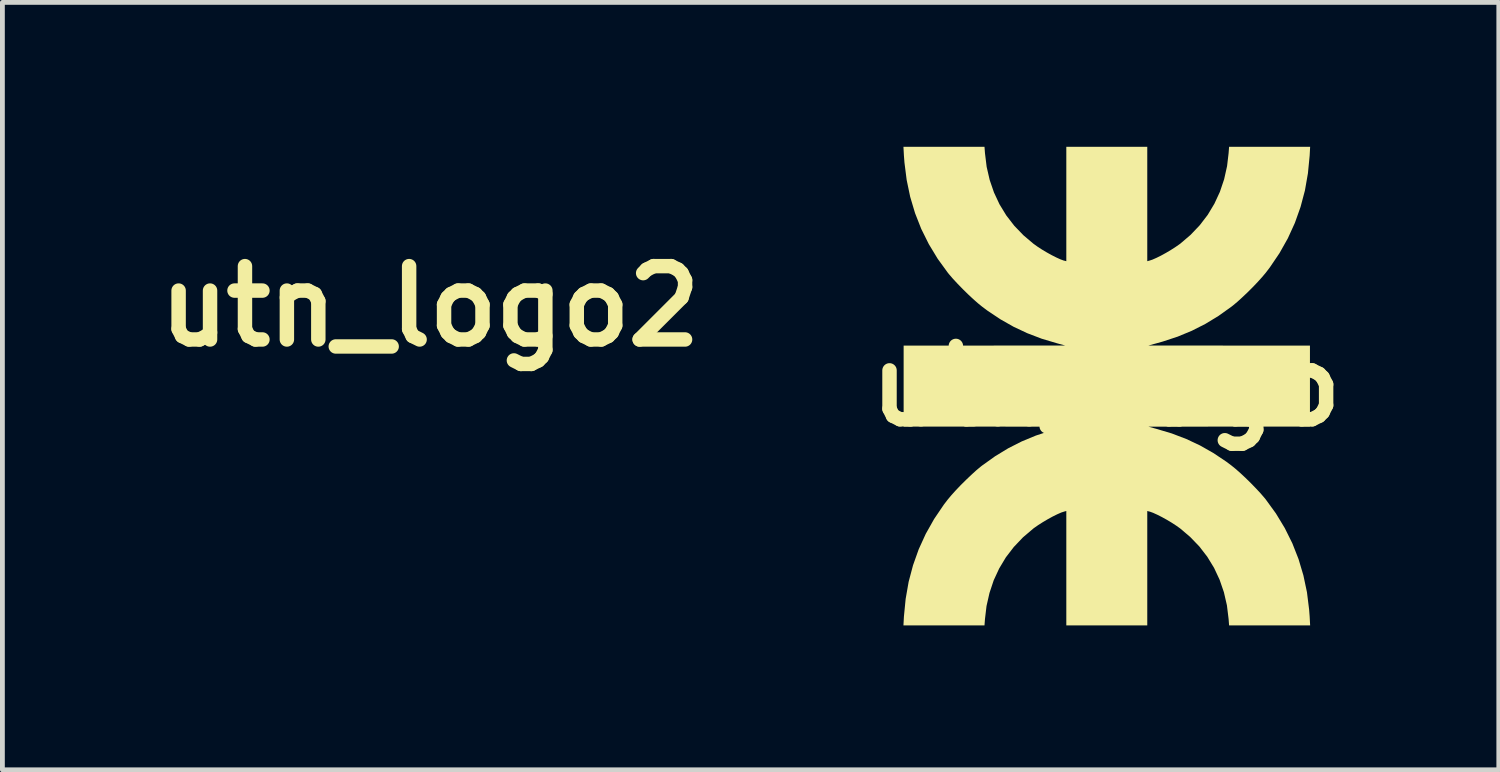
<source format=kicad_pcb>
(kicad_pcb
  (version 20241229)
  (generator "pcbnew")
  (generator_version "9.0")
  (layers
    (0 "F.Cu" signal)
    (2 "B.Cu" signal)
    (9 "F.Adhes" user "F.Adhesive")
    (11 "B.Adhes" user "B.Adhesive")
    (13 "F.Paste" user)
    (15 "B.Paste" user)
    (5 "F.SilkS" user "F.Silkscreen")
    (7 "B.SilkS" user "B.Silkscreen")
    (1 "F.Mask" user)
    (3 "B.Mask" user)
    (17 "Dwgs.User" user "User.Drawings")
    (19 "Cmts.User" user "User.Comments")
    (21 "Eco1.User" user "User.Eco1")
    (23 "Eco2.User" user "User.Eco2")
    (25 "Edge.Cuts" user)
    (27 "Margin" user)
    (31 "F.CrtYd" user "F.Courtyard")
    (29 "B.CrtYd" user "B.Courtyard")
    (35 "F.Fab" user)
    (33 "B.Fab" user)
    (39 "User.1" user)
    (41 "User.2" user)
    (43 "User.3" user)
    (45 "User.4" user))
  (footprint "utn_logo2"
    (layer "F.Cu")
    (at 5.886 3.314)
    (property "Reference" "utn_logo2" (at 0 0 0) (layer "F.SilkS") (effects (font (size 1.524 1.524) (thickness 0.3))))
    (attr board_only exclude_from_pos_files exclude_from_bom)
    (fp_poly (pts (xy -1.677 -3.226) (xy -1.654 -3.036) (xy -1.612 -2.854) (xy -1.553 -2.681) (xy -1.476 -2.518) (xy -1.382 -2.364) (xy -1.271 -2.22) (xy -1.144 -2.088) (xy -1.009 -1.974) (xy -0.953 -1.934) (xy -0.89 -1.892) (xy -0.822 -1.852) (xy -0.753 -1.814) (xy -0.688 -1.781) (xy -0.631 -1.755) (xy -0.585 -1.739) (xy -0.578 -1.737) (xy -0.551 -1.73) (xy -0.551 -3.314) (xy 0.571 -3.314) (xy 0.571 -1.73) (xy 0.598 -1.737) (xy 0.641 -1.751) (xy 0.697 -1.775) (xy 0.761 -1.807) (xy 0.829 -1.844) (xy 0.897 -1.885) (xy 0.962 -1.926) (xy 1.019 -1.966) (xy 1.029 -1.974) (xy 1.171 -2.095) (xy 1.298 -2.228) (xy 1.408 -2.372) (xy 1.5 -2.526) (xy 1.576 -2.69) (xy 1.635 -2.864) (xy 1.675 -3.046) (xy 1.697 -3.226) (xy 1.704 -3.314) (xy 2.826 -3.314) (xy 2.819 -3.191) (xy 2.796 -2.947) (xy 2.754 -2.71) (xy 2.694 -2.481) (xy 2.615 -2.26) (xy 2.517 -2.047) (xy 2.402 -1.841) (xy 2.267 -1.643) (xy 2.211 -1.569) (xy 2.162 -1.51) (xy 2.101 -1.443) (xy 2.033 -1.372) (xy 1.961 -1.3) (xy 1.888 -1.231) (xy 1.82 -1.169) (xy 1.758 -1.117) (xy 1.737 -1.1) (xy 1.557 -0.972) (xy 1.375 -0.861) (xy 1.188 -0.766) (xy 0.992 -0.685) (xy 0.784 -0.616) (xy 0.696 -0.592) (xy 0.586 -0.562) (xy 1.705 -0.561) (xy 2.823 -0.561) (xy 2.823 0.561) (xy 1.705 0.561) (xy 0.586 0.562) (xy 0.696 0.592) (xy 0.91 0.656) (xy 1.111 0.732) (xy 1.301 0.822) (xy 1.485 0.926) (xy 1.665 1.047) (xy 1.737 1.1) (xy 1.794 1.147) (xy 1.861 1.205) (xy 1.932 1.272) (xy 2.005 1.344) (xy 2.075 1.416) (xy 2.139 1.485) (xy 2.193 1.547) (xy 2.211 1.569) (xy 2.352 1.764) (xy 2.475 1.967) (xy 2.579 2.177) (xy 2.665 2.395) (xy 2.733 2.621) (xy 2.782 2.855) (xy 2.812 3.096) (xy 2.819 3.191) (xy 2.826 3.314) (xy 1.704 3.314) (xy 1.697 3.226) (xy 1.674 3.036) (xy 1.632 2.854) (xy 1.573 2.681) (xy 1.496 2.518) (xy 1.402 2.364) (xy 1.291 2.22) (xy 1.164 2.088) (xy 1.029 1.974) (xy 0.973 1.934) (xy 0.91 1.892) (xy 0.842 1.852) (xy 0.773 1.814) (xy 0.708 1.781) (xy 0.651 1.755) (xy 0.605 1.739) (xy 0.598 1.737) (xy 0.571 1.73) (xy 0.571 3.314) (xy -0.551 3.314) (xy -0.551 1.73) (xy -0.578 1.737) (xy -0.621 1.751) (xy -0.677 1.775) (xy -0.741 1.807) (xy -0.809 1.844) (xy -0.877 1.885) (xy -0.942 1.926) (xy -0.999 1.966) (xy -1.009 1.974) (xy -1.151 2.095) (xy -1.278 2.228) (xy -1.387 2.372) (xy -1.48 2.526) (xy -1.556 2.69) (xy -1.615 2.864) (xy -1.655 3.046) (xy -1.677 3.226) (xy -1.684 3.314) (xy -2.806 3.314) (xy -2.799 3.191) (xy -2.776 2.947) (xy -2.734 2.71) (xy -2.673 2.481) (xy -2.595 2.26) (xy -2.497 2.047) (xy -2.382 1.841) (xy -2.247 1.643) (xy -2.191 1.569) (xy -2.142 1.51) (xy -2.081 1.443) (xy -2.013 1.372) (xy -1.941 1.3) (xy -1.868 1.231) (xy -1.8 1.169) (xy -1.738 1.117) (xy -1.717 1.1) (xy -1.537 0.972) (xy -1.355 0.861) (xy -1.168 0.766) (xy -0.972 0.685) (xy -0.764 0.616) (xy -0.676 0.592) (xy -0.566 0.562) (xy -1.684 0.561) (xy -2.803 0.561) (xy -2.803 -0.561) (xy -1.684 -0.561) (xy -0.566 -0.562) (xy -0.676 -0.592) (xy -0.89 -0.656) (xy -1.091 -0.732) (xy -1.281 -0.822) (xy -1.465 -0.926) (xy -1.645 -1.047) (xy -1.717 -1.1) (xy -1.774 -1.147) (xy -1.841 -1.205) (xy -1.912 -1.272) (xy -1.985 -1.344) (xy -2.055 -1.416) (xy -2.119 -1.485) (xy -2.173 -1.547) (xy -2.191 -1.569) (xy -2.332 -1.764) (xy -2.455 -1.967) (xy -2.559 -2.177) (xy -2.645 -2.395) (xy -2.713 -2.621) (xy -2.762 -2.855) (xy -2.792 -3.096) (xy -2.799 -3.191) (xy -2.806 -3.314) (xy -1.684 -3.314)) (stroke (width 0) (type solid)) (fill yes) (layer "F.Mask")))
  (footprint "utn_logo"
    (layer "F.Cu")
    (at 19.931 4.972)
    (property "Reference" "utn_logo" (at 0 0 0) (layer "F.SilkS") (effects (font (size 1.524 1.524) (thickness 0.3))))
    (attr board_only exclude_from_pos_files exclude_from_bom)
    (fp_poly (pts (xy -2.516 -4.84) (xy -2.481 -4.555) (xy -2.418 -4.282) (xy -2.329 -4.023) (xy -2.214 -3.777) (xy -2.073 -3.546) (xy -1.907 -3.331) (xy -1.716 -3.133) (xy -1.513 -2.961) (xy -1.43 -2.901) (xy -1.335 -2.839) (xy -1.233 -2.778) (xy -1.13 -2.721) (xy -1.033 -2.672) (xy -0.947 -2.633) (xy -0.878 -2.608) (xy -0.867 -2.606) (xy -0.826 -2.595) (xy -0.826 -4.972) (xy 0.856 -4.972) (xy 0.856 -2.595) (xy 0.897 -2.606) (xy 0.962 -2.627) (xy 1.046 -2.664) (xy 1.141 -2.711) (xy 1.243 -2.767) (xy 1.346 -2.828) (xy 1.443 -2.89) (xy 1.529 -2.95) (xy 1.544 -2.961) (xy 1.757 -3.143) (xy 1.947 -3.343) (xy 2.112 -3.558) (xy 2.251 -3.79) (xy 2.365 -4.036) (xy 2.453 -4.297) (xy 2.514 -4.57) (xy 2.546 -4.84) (xy 2.556 -4.972) (xy 4.24 -4.972) (xy 4.23 -4.788) (xy 4.194 -4.421) (xy 4.132 -4.066) (xy 4.041 -3.723) (xy 3.923 -3.391) (xy 3.777 -3.071) (xy 3.603 -2.762) (xy 3.402 -2.465) (xy 3.317 -2.354) (xy 3.243 -2.266) (xy 3.152 -2.165) (xy 3.05 -2.058) (xy 2.942 -1.95) (xy 2.833 -1.847) (xy 2.73 -1.753) (xy 2.638 -1.676) (xy 2.606 -1.651) (xy 2.336 -1.458) (xy 2.063 -1.292) (xy 1.783 -1.15) (xy 1.489 -1.028) (xy 1.176 -0.925) (xy 1.044 -0.888) (xy 0.879 -0.843) (xy 2.557 -0.842) (xy 4.236 -0.841) (xy 4.236 0.841) (xy 2.557 0.842) (xy 0.879 0.843) (xy 1.044 0.888) (xy 1.366 0.984) (xy 1.667 1.099) (xy 1.952 1.233) (xy 2.227 1.389) (xy 2.498 1.57) (xy 2.606 1.651) (xy 2.692 1.721) (xy 2.792 1.809) (xy 2.899 1.909) (xy 3.008 2.016) (xy 3.113 2.124) (xy 3.209 2.227) (xy 3.29 2.321) (xy 3.317 2.354) (xy 3.529 2.646) (xy 3.713 2.95) (xy 3.87 3.266) (xy 3.999 3.594) (xy 4.1 3.933) (xy 4.174 4.283) (xy 4.219 4.645) (xy 4.23 4.788) (xy 4.24 4.972) (xy 2.556 4.972) (xy 2.546 4.84) (xy 2.511 4.555) (xy 2.448 4.282) (xy 2.359 4.023) (xy 2.244 3.777) (xy 2.103 3.546) (xy 1.937 3.331) (xy 1.746 3.133) (xy 1.544 2.961) (xy 1.46 2.901) (xy 1.365 2.839) (xy 1.263 2.778) (xy 1.16 2.721) (xy 1.063 2.672) (xy 0.977 2.633) (xy 0.908 2.608) (xy 0.897 2.606) (xy 0.856 2.595) (xy 0.856 4.972) (xy -0.826 4.972) (xy -0.826 2.595) (xy -0.867 2.606) (xy -0.932 2.627) (xy -1.016 2.664) (xy -1.111 2.711) (xy -1.213 2.767) (xy -1.316 2.828) (xy -1.413 2.89) (xy -1.499 2.95) (xy -1.513 2.961) (xy -1.727 3.143) (xy -1.917 3.343) (xy -2.082 3.558) (xy -2.221 3.79) (xy -2.335 4.036) (xy -2.422 4.297) (xy -2.484 4.57) (xy -2.516 4.84) (xy -2.526 4.972) (xy -4.21 4.972) (xy -4.2 4.788) (xy -4.164 4.421) (xy -4.102 4.066) (xy -4.011 3.723) (xy -3.893 3.391) (xy -3.747 3.071) (xy -3.573 2.762) (xy -3.372 2.465) (xy -3.287 2.354) (xy -3.213 2.266) (xy -3.122 2.165) (xy -3.02 2.058) (xy -2.911 1.95) (xy -2.803 1.847) (xy -2.7 1.753) (xy -2.608 1.676) (xy -2.576 1.651) (xy -2.306 1.458) (xy -2.033 1.292) (xy -1.753 1.15) (xy -1.459 1.028) (xy -1.146 0.925) (xy -1.014 0.888) (xy -0.849 0.843) (xy -4.206 0.841) (xy -4.206 -0.841) (xy -0.849 -0.843) (xy -1.014 -0.888) (xy -1.336 -0.984) (xy -1.637 -1.099) (xy -1.922 -1.233) (xy -2.197 -1.389) (xy -2.468 -1.57) (xy -2.576 -1.651) (xy -2.662 -1.721) (xy -2.762 -1.809) (xy -2.869 -1.909) (xy -2.978 -2.016) (xy -3.083 -2.124) (xy -3.179 -2.227) (xy -3.26 -2.321) (xy -3.287 -2.354) (xy -3.499 -2.646) (xy -3.683 -2.95) (xy -3.84 -3.266) (xy -3.969 -3.594) (xy -4.07 -3.933) (xy -4.143 -4.283) (xy -4.189 -4.645) (xy -4.2 -4.788) (xy -4.21 -4.972) (xy -2.526 -4.972)) (stroke (width 0) (type solid)) (fill yes) (layer "F.SilkS")))
  (gr_rect
    (start -3 -3)
    (end 28.091 12.944)
    (stroke (width 0.1) (type default))
    (fill no)
    (layer "Edge.Cuts")))
</source>
